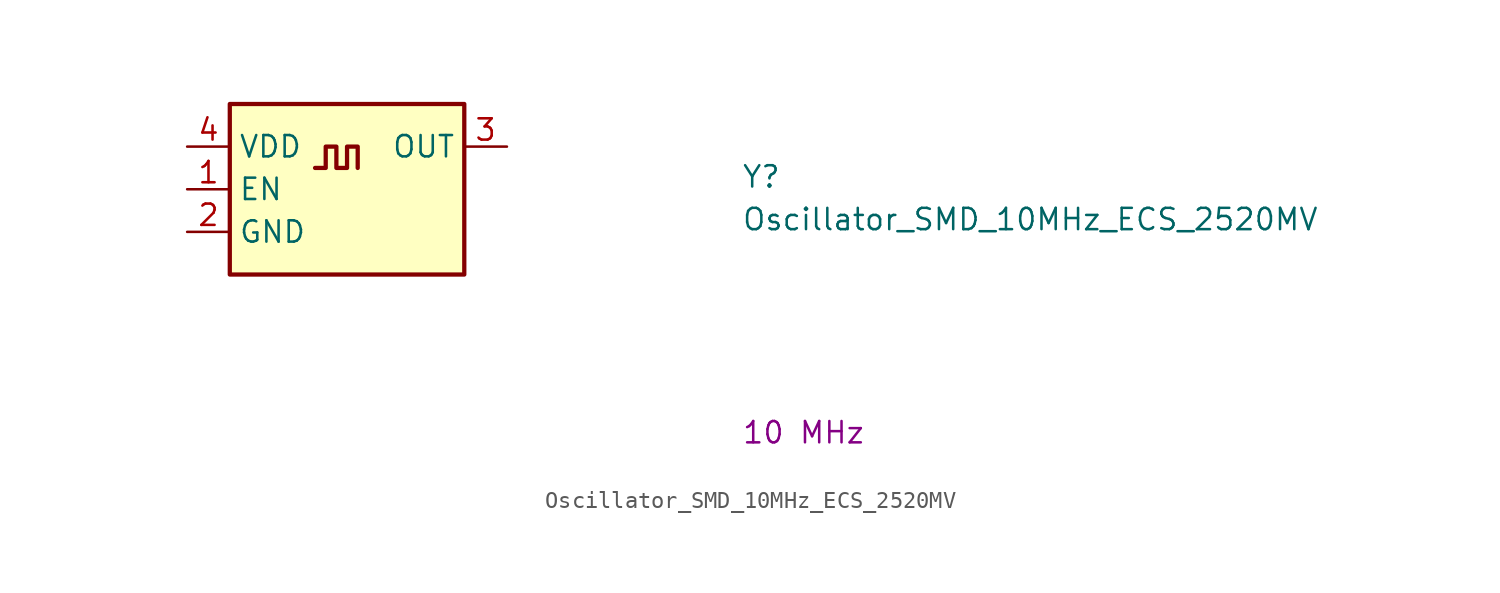
<source format=kicad_sym>
(kicad_symbol_lib
  (version 20211014)
  (generator kicad_symbol_editor)
  (symbol "Oscillator_SMD_10MHz_ECS_2520MV"
    (property "Reference" "Y"
      (at 33.02 -2.54 0)
      (effects (font (size 1.27 1.27) (thickness 0.15)) (justify left bottom)))
    (property "Value" "Oscillator_SMD_10MHz_ECS_2520MV"
      (at 33.02 -5.08 0)
      (effects (font (size 1.27 1.27) (thickness 0.15)) (justify left bottom)))
    (property "VAL" "10 MHz"
      (at 33.02 -17.78 0)
      (effects (font (size 1.27 1.27) (thickness 0.15)) (justify left bottom)))
    (symbol "Oscillator_SMD_10MHz_ECS_2520MV_1_1"
      (polyline (pts (xy 7.62 -1.27) (xy 8.255 -1.27) (xy 8.255 0) (xy 8.89 0) (xy 8.89 -1.27) (xy 9.525 -1.27) (xy 9.525 0) (xy 10.16 0) (xy 10.16 -1.27)) (stroke (width 0.254) (type default) (color 0 0 0 0)) (fill (type background)))
      (rectangle (start 2.54 2.54) (end 16.51 -7.62) (stroke (width 0.254) (type default) (color 0 0 0 0)) (fill (type background)))
      (pin input line (at 0 -2.54 0) (length 2.54) (name "EN" (effects (font (size 1.27 1.27)))) (number "1" (effects (font (size 1.27 1.27)))))
      (pin power_in line (at 0 -5.08 0) (length 2.54) (name "GND" (effects (font (size 1.27 1.27)))) (number "2" (effects (font (size 1.27 1.27)))))
      (pin output line (at 19.05 0 180) (length 2.54) (name "OUT" (effects (font (size 1.27 1.27)))) (number "3" (effects (font (size 1.27 1.27)))))
      (pin power_in line (at 0 0 0) (length 2.54) (name "VDD" (effects (font (size 1.27 1.27)))) (number "4" (effects (font (size 1.27 1.27))))))))
</source>
